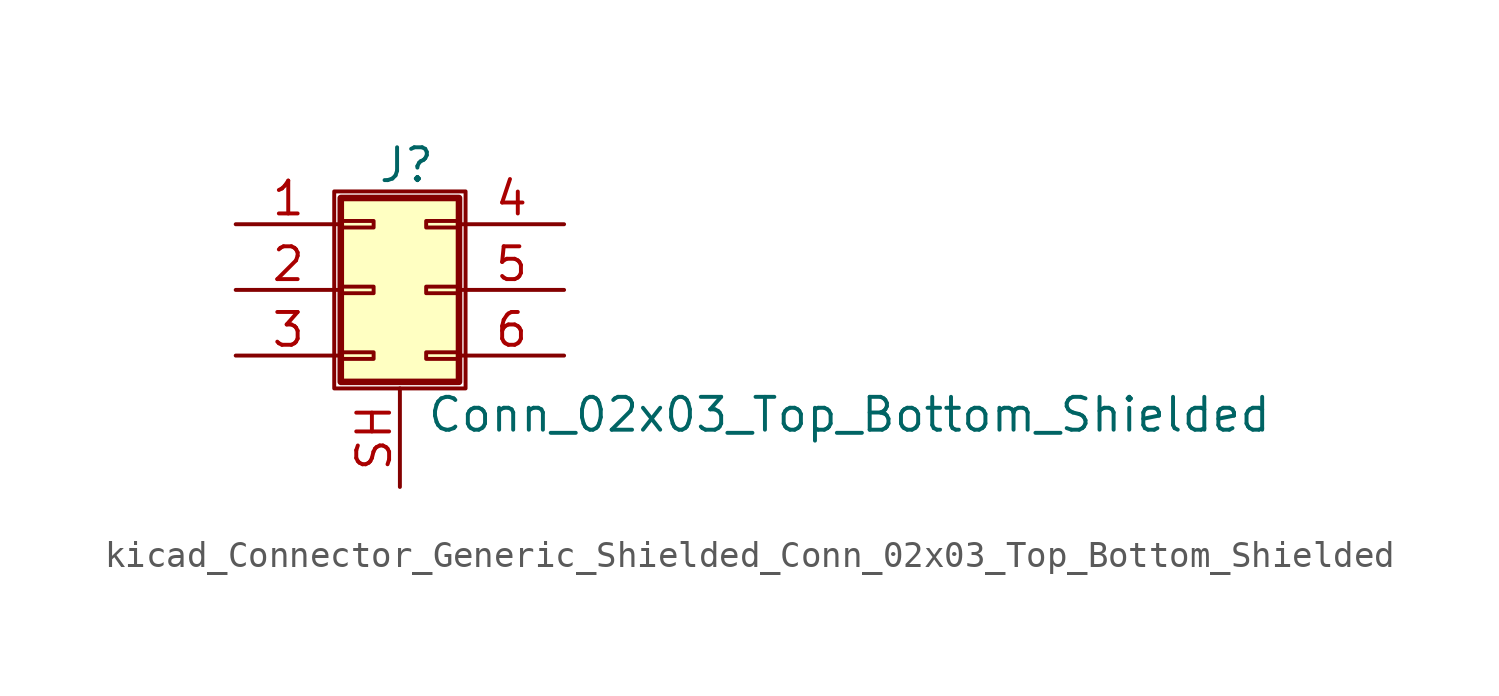
<source format=kicad_sym>
(kicad_symbol_lib
  (version 20220914)
  (generator kicad_symbol_editor)
  (symbol "kicad_Connector_Generic_Shielded_Conn_02x03_Top_Bottom_Shielded"
    (pin_names
      (offset 1.016) hide)
    (property "Reference" "J"
      (at 1.524 4.826 0)
      (effects (font (size 1.27 1.27))))
    (property "Value" "Conn_02x03_Top_Bottom_Shielded"
      (at 2.286 -4.826 0)
      (effects (font (size 1.27 1.27)) (justify left)))
    (symbol "kicad_Connector_Generic_Shielded_Conn_02x03_Top_Bottom_Shielded_1_1"
      (rectangle (start -1.27 3.81) (end 3.81 -3.81) (stroke (width 0.152) (type default)) (fill (type none)))
      (rectangle (start -1.016 -2.413) (end 0.254 -2.667) (stroke (width 0.152) (type default)) (fill (type none)))
      (rectangle (start -1.016 0.127) (end 0.254 -0.127) (stroke (width 0.152) (type default)) (fill (type none)))
      (rectangle (start -1.016 2.667) (end 0.254 2.413) (stroke (width 0.152) (type default)) (fill (type none)))
      (rectangle (start -1.016 3.556) (end 3.556 -3.556) (stroke (width 0.254) (type default)) (fill (type background)))
      (rectangle (start 3.556 -2.413) (end 2.286 -2.667) (stroke (width 0.152) (type default)) (fill (type none)))
      (rectangle (start 3.556 0.127) (end 2.286 -0.127) (stroke (width 0.152) (type default)) (fill (type none)))
      (rectangle (start 3.556 2.667) (end 2.286 2.413) (stroke (width 0.152) (type default)) (fill (type none)))
      (pin passive line (at -5.08 2.54 0) (length 4.064) (name "Pin_1" (effects (font (size 1.27 1.27)))) (number "1" (effects (font (size 1.27 1.27)))))
      (pin passive line (at -5.08 0 0) (length 4.064) (name "Pin_2" (effects (font (size 1.27 1.27)))) (number "2" (effects (font (size 1.27 1.27)))))
      (pin passive line (at -5.08 -2.54 0) (length 4.064) (name "Pin_3" (effects (font (size 1.27 1.27)))) (number "3" (effects (font (size 1.27 1.27)))))
      (pin passive line (at 7.62 2.54 180) (length 4.064) (name "Pin_4" (effects (font (size 1.27 1.27)))) (number "4" (effects (font (size 1.27 1.27)))))
      (pin passive line (at 7.62 0 180) (length 4.064) (name "Pin_5" (effects (font (size 1.27 1.27)))) (number "5" (effects (font (size 1.27 1.27)))))
      (pin passive line (at 7.62 -2.54 180) (length 4.064) (name "Pin_6" (effects (font (size 1.27 1.27)))) (number "6" (effects (font (size 1.27 1.27)))))
      (pin passive line (at 1.27 -7.62 90) (length 3.81) (name "Shield" (effects (font (size 1.27 1.27)))) (number "SH" (effects (font (size 1.27 1.27))))))))
</source>
